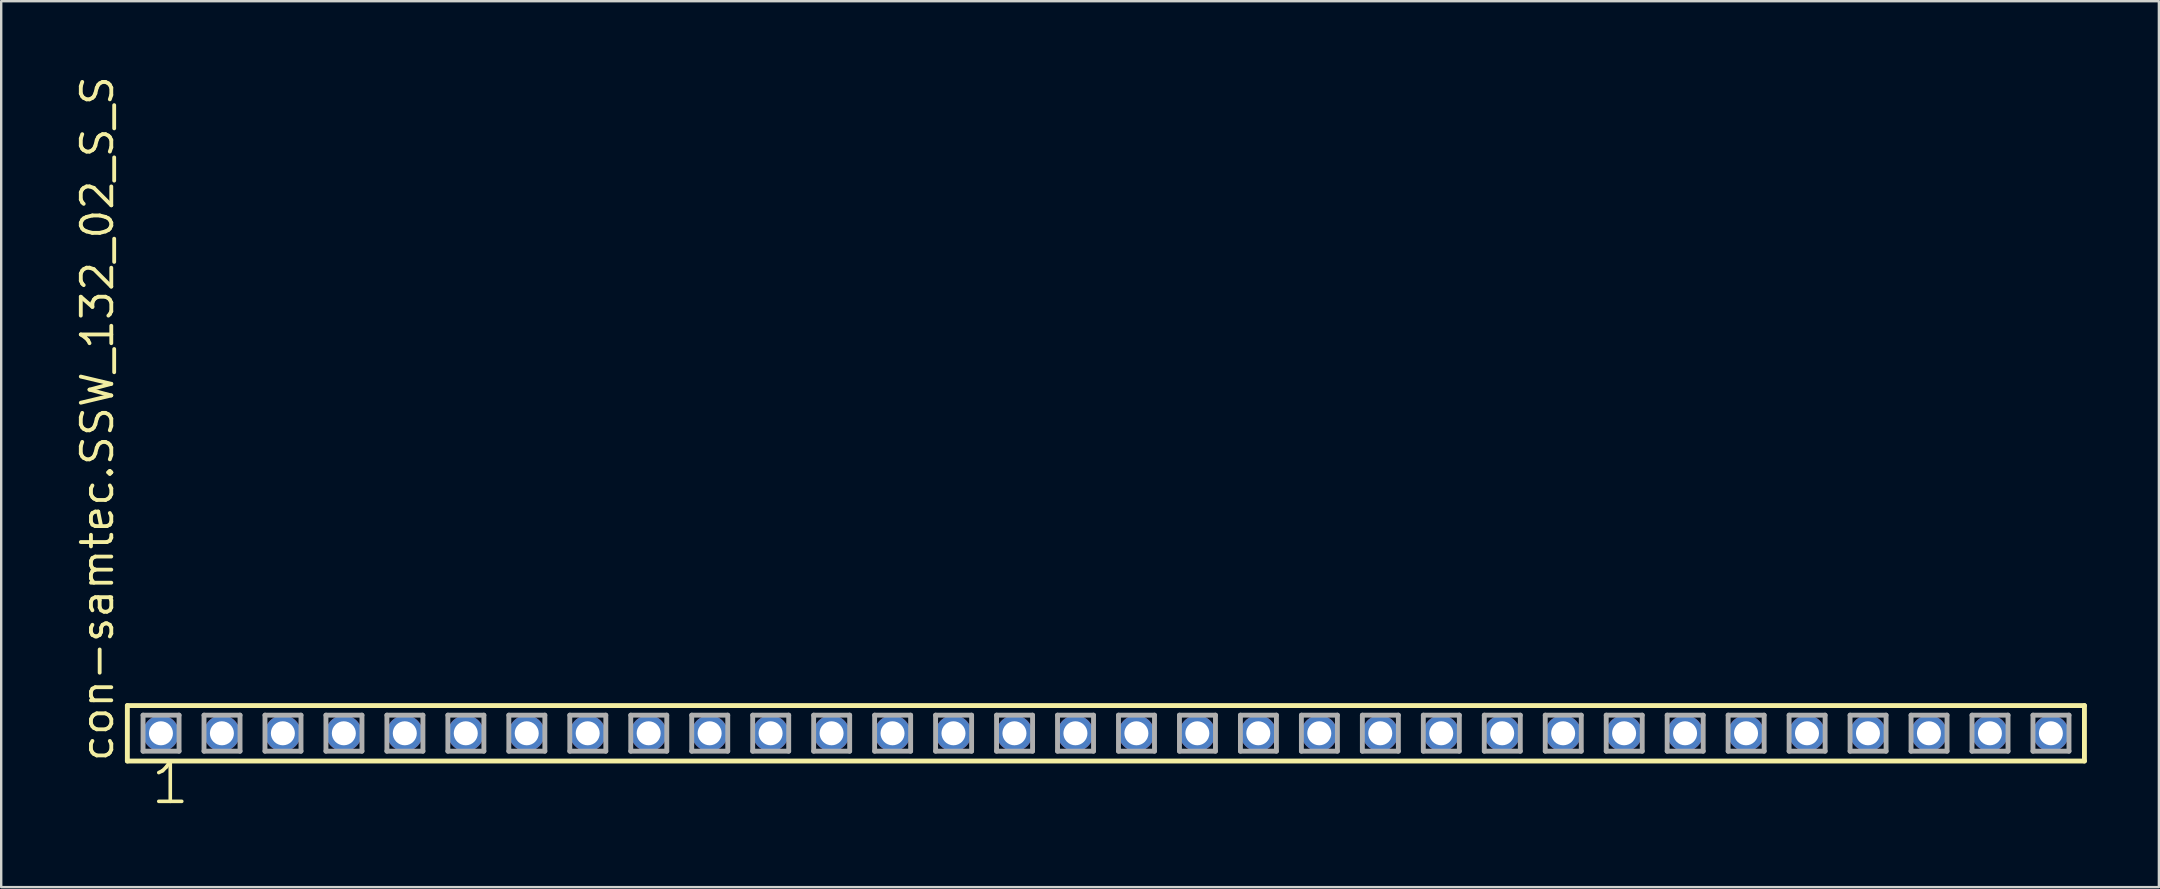
<source format=kicad_pcb>
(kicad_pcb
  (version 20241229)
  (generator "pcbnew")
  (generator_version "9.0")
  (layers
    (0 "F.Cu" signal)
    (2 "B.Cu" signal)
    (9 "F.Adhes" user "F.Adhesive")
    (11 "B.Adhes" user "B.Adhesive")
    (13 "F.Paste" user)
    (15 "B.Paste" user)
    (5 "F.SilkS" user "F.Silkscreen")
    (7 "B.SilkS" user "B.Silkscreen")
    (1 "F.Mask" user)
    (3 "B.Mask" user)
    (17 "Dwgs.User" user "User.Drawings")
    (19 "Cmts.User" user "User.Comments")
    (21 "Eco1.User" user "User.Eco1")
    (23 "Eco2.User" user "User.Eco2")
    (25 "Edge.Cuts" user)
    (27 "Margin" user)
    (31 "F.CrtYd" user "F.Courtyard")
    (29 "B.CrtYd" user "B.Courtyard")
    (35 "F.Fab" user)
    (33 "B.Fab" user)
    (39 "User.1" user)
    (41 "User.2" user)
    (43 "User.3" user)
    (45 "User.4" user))
  (footprint "con-samtec.SSW_132_02_S_S"
    (layer "F.Cu")
    (at 43.025 27.501)
    (property "Reference" "con-samtec.SSW_132_02_S_S" (at -41.275 1.27 90) (layer "F.SilkS") (effects (font (size 1.27 1.27) (thickness 0.16)) (justify left bottom)))
    (attr through_hole)
    (fp_line (start -40.769 -1.155) (end 40.769 -1.155) (stroke (width 0.203) (type default)) (layer "F.SilkS"))
    (fp_line (start -40.769 1.155) (end -40.769 -1.155) (stroke (width 0.203) (type default)) (layer "F.SilkS"))
    (fp_line (start 40.769 -1.155) (end 40.769 1.155) (stroke (width 0.203) (type default)) (layer "F.SilkS"))
    (fp_line (start 40.769 1.155) (end -40.769 1.155) (stroke (width 0.203) (type default)) (layer "F.SilkS"))
    (fp_line (start -40.115 -0.755) (end -38.615 -0.755) (stroke (width 0.203) (type default)) (layer "F.Fab"))
    (fp_line (start -40.115 0.745) (end -40.115 -0.755) (stroke (width 0.203) (type default)) (layer "F.Fab"))
    (fp_line (start -38.615 -0.755) (end -38.615 0.745) (stroke (width 0.203) (type default)) (layer "F.Fab"))
    (fp_line (start -38.615 0.745) (end -40.115 0.745) (stroke (width 0.203) (type default)) (layer "F.Fab"))
    (fp_line (start -37.575 -0.755) (end -36.075 -0.755) (stroke (width 0.203) (type default)) (layer "F.Fab"))
    (fp_line (start -37.575 0.745) (end -37.575 -0.755) (stroke (width 0.203) (type default)) (layer "F.Fab"))
    (fp_line (start -36.075 -0.755) (end -36.075 0.745) (stroke (width 0.203) (type default)) (layer "F.Fab"))
    (fp_line (start -36.075 0.745) (end -37.575 0.745) (stroke (width 0.203) (type default)) (layer "F.Fab"))
    (fp_line (start -35.035 -0.755) (end -33.535 -0.755) (stroke (width 0.203) (type default)) (layer "F.Fab"))
    (fp_line (start -35.035 0.745) (end -35.035 -0.755) (stroke (width 0.203) (type default)) (layer "F.Fab"))
    (fp_line (start -33.535 -0.755) (end -33.535 0.745) (stroke (width 0.203) (type default)) (layer "F.Fab"))
    (fp_line (start -33.535 0.745) (end -35.035 0.745) (stroke (width 0.203) (type default)) (layer "F.Fab"))
    (fp_line (start -32.495 -0.755) (end -30.995 -0.755) (stroke (width 0.203) (type default)) (layer "F.Fab"))
    (fp_line (start -32.495 0.745) (end -32.495 -0.755) (stroke (width 0.203) (type default)) (layer "F.Fab"))
    (fp_line (start -30.995 -0.755) (end -30.995 0.745) (stroke (width 0.203) (type default)) (layer "F.Fab"))
    (fp_line (start -30.995 0.745) (end -32.495 0.745) (stroke (width 0.203) (type default)) (layer "F.Fab"))
    (fp_line (start -29.955 -0.755) (end -28.455 -0.755) (stroke (width 0.203) (type default)) (layer "F.Fab"))
    (fp_line (start -29.955 0.745) (end -29.955 -0.755) (stroke (width 0.203) (type default)) (layer "F.Fab"))
    (fp_line (start -28.455 -0.755) (end -28.455 0.745) (stroke (width 0.203) (type default)) (layer "F.Fab"))
    (fp_line (start -28.455 0.745) (end -29.955 0.745) (stroke (width 0.203) (type default)) (layer "F.Fab"))
    (fp_line (start -27.415 -0.755) (end -25.915 -0.755) (stroke (width 0.203) (type default)) (layer "F.Fab"))
    (fp_line (start -27.415 0.745) (end -27.415 -0.755) (stroke (width 0.203) (type default)) (layer "F.Fab"))
    (fp_line (start -25.915 -0.755) (end -25.915 0.745) (stroke (width 0.203) (type default)) (layer "F.Fab"))
    (fp_line (start -25.915 0.745) (end -27.415 0.745) (stroke (width 0.203) (type default)) (layer "F.Fab"))
    (fp_line (start -24.875 -0.755) (end -23.375 -0.755) (stroke (width 0.203) (type default)) (layer "F.Fab"))
    (fp_line (start -24.875 0.745) (end -24.875 -0.755) (stroke (width 0.203) (type default)) (layer "F.Fab"))
    (fp_line (start -23.375 -0.755) (end -23.375 0.745) (stroke (width 0.203) (type default)) (layer "F.Fab"))
    (fp_line (start -23.375 0.745) (end -24.875 0.745) (stroke (width 0.203) (type default)) (layer "F.Fab"))
    (fp_line (start -22.335 -0.755) (end -20.835 -0.755) (stroke (width 0.203) (type default)) (layer "F.Fab"))
    (fp_line (start -22.335 0.745) (end -22.335 -0.755) (stroke (width 0.203) (type default)) (layer "F.Fab"))
    (fp_line (start -20.835 -0.755) (end -20.835 0.745) (stroke (width 0.203) (type default)) (layer "F.Fab"))
    (fp_line (start -20.835 0.745) (end -22.335 0.745) (stroke (width 0.203) (type default)) (layer "F.Fab"))
    (fp_line (start -19.795 -0.755) (end -18.295 -0.755) (stroke (width 0.203) (type default)) (layer "F.Fab"))
    (fp_line (start -19.795 0.745) (end -19.795 -0.755) (stroke (width 0.203) (type default)) (layer "F.Fab"))
    (fp_line (start -18.295 -0.755) (end -18.295 0.745) (stroke (width 0.203) (type default)) (layer "F.Fab"))
    (fp_line (start -18.295 0.745) (end -19.795 0.745) (stroke (width 0.203) (type default)) (layer "F.Fab"))
    (fp_line (start -17.255 -0.755) (end -15.755 -0.755) (stroke (width 0.203) (type default)) (layer "F.Fab"))
    (fp_line (start -17.255 0.745) (end -17.255 -0.755) (stroke (width 0.203) (type default)) (layer "F.Fab"))
    (fp_line (start -15.755 -0.755) (end -15.755 0.745) (stroke (width 0.203) (type default)) (layer "F.Fab"))
    (fp_line (start -15.755 0.745) (end -17.255 0.745) (stroke (width 0.203) (type default)) (layer "F.Fab"))
    (fp_line (start -14.715 -0.755) (end -13.215 -0.755) (stroke (width 0.203) (type default)) (layer "F.Fab"))
    (fp_line (start -14.715 0.745) (end -14.715 -0.755) (stroke (width 0.203) (type default)) (layer "F.Fab"))
    (fp_line (start -13.215 -0.755) (end -13.215 0.745) (stroke (width 0.203) (type default)) (layer "F.Fab"))
    (fp_line (start -13.215 0.745) (end -14.715 0.745) (stroke (width 0.203) (type default)) (layer "F.Fab"))
    (fp_line (start -12.175 -0.755) (end -10.675 -0.755) (stroke (width 0.203) (type default)) (layer "F.Fab"))
    (fp_line (start -12.175 0.745) (end -12.175 -0.755) (stroke (width 0.203) (type default)) (layer "F.Fab"))
    (fp_line (start -10.675 -0.755) (end -10.675 0.745) (stroke (width 0.203) (type default)) (layer "F.Fab"))
    (fp_line (start -10.675 0.745) (end -12.175 0.745) (stroke (width 0.203) (type default)) (layer "F.Fab"))
    (fp_line (start -9.635 -0.755) (end -8.135 -0.755) (stroke (width 0.203) (type default)) (layer "F.Fab"))
    (fp_line (start -9.635 0.745) (end -9.635 -0.755) (stroke (width 0.203) (type default)) (layer "F.Fab"))
    (fp_line (start -8.135 -0.755) (end -8.135 0.745) (stroke (width 0.203) (type default)) (layer "F.Fab"))
    (fp_line (start -8.135 0.745) (end -9.635 0.745) (stroke (width 0.203) (type default)) (layer "F.Fab"))
    (fp_line (start -7.095 -0.755) (end -5.595 -0.755) (stroke (width 0.203) (type default)) (layer "F.Fab"))
    (fp_line (start -7.095 0.745) (end -7.095 -0.755) (stroke (width 0.203) (type default)) (layer "F.Fab"))
    (fp_line (start -5.595 -0.755) (end -5.595 0.745) (stroke (width 0.203) (type default)) (layer "F.Fab"))
    (fp_line (start -5.595 0.745) (end -7.095 0.745) (stroke (width 0.203) (type default)) (layer "F.Fab"))
    (fp_line (start -4.555 -0.755) (end -3.055 -0.755) (stroke (width 0.203) (type default)) (layer "F.Fab"))
    (fp_line (start -4.555 0.745) (end -4.555 -0.755) (stroke (width 0.203) (type default)) (layer "F.Fab"))
    (fp_line (start -3.055 -0.755) (end -3.055 0.745) (stroke (width 0.203) (type default)) (layer "F.Fab"))
    (fp_line (start -3.055 0.745) (end -4.555 0.745) (stroke (width 0.203) (type default)) (layer "F.Fab"))
    (fp_line (start -2.015 -0.755) (end -0.515 -0.755) (stroke (width 0.203) (type default)) (layer "F.Fab"))
    (fp_line (start -2.015 0.745) (end -2.015 -0.755) (stroke (width 0.203) (type default)) (layer "F.Fab"))
    (fp_line (start -0.515 -0.755) (end -0.515 0.745) (stroke (width 0.203) (type default)) (layer "F.Fab"))
    (fp_line (start -0.515 0.745) (end -2.015 0.745) (stroke (width 0.203) (type default)) (layer "F.Fab"))
    (fp_line (start 0.525 -0.755) (end 2.025 -0.755) (stroke (width 0.203) (type default)) (layer "F.Fab"))
    (fp_line (start 0.525 0.745) (end 0.525 -0.755) (stroke (width 0.203) (type default)) (layer "F.Fab"))
    (fp_line (start 2.025 -0.755) (end 2.025 0.745) (stroke (width 0.203) (type default)) (layer "F.Fab"))
    (fp_line (start 2.025 0.745) (end 0.525 0.745) (stroke (width 0.203) (type default)) (layer "F.Fab"))
    (fp_line (start 3.065 -0.755) (end 4.565 -0.755) (stroke (width 0.203) (type default)) (layer "F.Fab"))
    (fp_line (start 3.065 0.745) (end 3.065 -0.755) (stroke (width 0.203) (type default)) (layer "F.Fab"))
    (fp_line (start 4.565 -0.755) (end 4.565 0.745) (stroke (width 0.203) (type default)) (layer "F.Fab"))
    (fp_line (start 4.565 0.745) (end 3.065 0.745) (stroke (width 0.203) (type default)) (layer "F.Fab"))
    (fp_line (start 5.605 -0.755) (end 7.105 -0.755) (stroke (width 0.203) (type default)) (layer "F.Fab"))
    (fp_line (start 5.605 0.745) (end 5.605 -0.755) (stroke (width 0.203) (type default)) (layer "F.Fab"))
    (fp_line (start 7.105 -0.755) (end 7.105 0.745) (stroke (width 0.203) (type default)) (layer "F.Fab"))
    (fp_line (start 7.105 0.745) (end 5.605 0.745) (stroke (width 0.203) (type default)) (layer "F.Fab"))
    (fp_line (start 8.145 -0.755) (end 9.645 -0.755) (stroke (width 0.203) (type default)) (layer "F.Fab"))
    (fp_line (start 8.145 0.745) (end 8.145 -0.755) (stroke (width 0.203) (type default)) (layer "F.Fab"))
    (fp_line (start 9.645 -0.755) (end 9.645 0.745) (stroke (width 0.203) (type default)) (layer "F.Fab"))
    (fp_line (start 9.645 0.745) (end 8.145 0.745) (stroke (width 0.203) (type default)) (layer "F.Fab"))
    (fp_line (start 10.685 -0.755) (end 12.185 -0.755) (stroke (width 0.203) (type default)) (layer "F.Fab"))
    (fp_line (start 10.685 0.745) (end 10.685 -0.755) (stroke (width 0.203) (type default)) (layer "F.Fab"))
    (fp_line (start 12.185 -0.755) (end 12.185 0.745) (stroke (width 0.203) (type default)) (layer "F.Fab"))
    (fp_line (start 12.185 0.745) (end 10.685 0.745) (stroke (width 0.203) (type default)) (layer "F.Fab"))
    (fp_line (start 13.225 -0.755) (end 14.725 -0.755) (stroke (width 0.203) (type default)) (layer "F.Fab"))
    (fp_line (start 13.225 0.745) (end 13.225 -0.755) (stroke (width 0.203) (type default)) (layer "F.Fab"))
    (fp_line (start 14.725 -0.755) (end 14.725 0.745) (stroke (width 0.203) (type default)) (layer "F.Fab"))
    (fp_line (start 14.725 0.745) (end 13.225 0.745) (stroke (width 0.203) (type default)) (layer "F.Fab"))
    (fp_line (start 15.765 -0.755) (end 17.265 -0.755) (stroke (width 0.203) (type default)) (layer "F.Fab"))
    (fp_line (start 15.765 0.745) (end 15.765 -0.755) (stroke (width 0.203) (type default)) (layer "F.Fab"))
    (fp_line (start 17.265 -0.755) (end 17.265 0.745) (stroke (width 0.203) (type default)) (layer "F.Fab"))
    (fp_line (start 17.265 0.745) (end 15.765 0.745) (stroke (width 0.203) (type default)) (layer "F.Fab"))
    (fp_line (start 18.305 -0.755) (end 19.805 -0.755) (stroke (width 0.203) (type default)) (layer "F.Fab"))
    (fp_line (start 18.305 0.745) (end 18.305 -0.755) (stroke (width 0.203) (type default)) (layer "F.Fab"))
    (fp_line (start 19.805 -0.755) (end 19.805 0.745) (stroke (width 0.203) (type default)) (layer "F.Fab"))
    (fp_line (start 19.805 0.745) (end 18.305 0.745) (stroke (width 0.203) (type default)) (layer "F.Fab"))
    (fp_line (start 20.845 -0.755) (end 22.345 -0.755) (stroke (width 0.203) (type default)) (layer "F.Fab"))
    (fp_line (start 20.845 0.745) (end 20.845 -0.755) (stroke (width 0.203) (type default)) (layer "F.Fab"))
    (fp_line (start 22.345 -0.755) (end 22.345 0.745) (stroke (width 0.203) (type default)) (layer "F.Fab"))
    (fp_line (start 22.345 0.745) (end 20.845 0.745) (stroke (width 0.203) (type default)) (layer "F.Fab"))
    (fp_line (start 23.385 -0.755) (end 24.885 -0.755) (stroke (width 0.203) (type default)) (layer "F.Fab"))
    (fp_line (start 23.385 0.745) (end 23.385 -0.755) (stroke (width 0.203) (type default)) (layer "F.Fab"))
    (fp_line (start 24.885 -0.755) (end 24.885 0.745) (stroke (width 0.203) (type default)) (layer "F.Fab"))
    (fp_line (start 24.885 0.745) (end 23.385 0.745) (stroke (width 0.203) (type default)) (layer "F.Fab"))
    (fp_line (start 25.925 -0.755) (end 27.425 -0.755) (stroke (width 0.203) (type default)) (layer "F.Fab"))
    (fp_line (start 25.925 0.745) (end 25.925 -0.755) (stroke (width 0.203) (type default)) (layer "F.Fab"))
    (fp_line (start 27.425 -0.755) (end 27.425 0.745) (stroke (width 0.203) (type default)) (layer "F.Fab"))
    (fp_line (start 27.425 0.745) (end 25.925 0.745) (stroke (width 0.203) (type default)) (layer "F.Fab"))
    (fp_line (start 28.465 -0.755) (end 29.965 -0.755) (stroke (width 0.203) (type default)) (layer "F.Fab"))
    (fp_line (start 28.465 0.745) (end 28.465 -0.755) (stroke (width 0.203) (type default)) (layer "F.Fab"))
    (fp_line (start 29.965 -0.755) (end 29.965 0.745) (stroke (width 0.203) (type default)) (layer "F.Fab"))
    (fp_line (start 29.965 0.745) (end 28.465 0.745) (stroke (width 0.203) (type default)) (layer "F.Fab"))
    (fp_line (start 31.005 -0.755) (end 32.505 -0.755) (stroke (width 0.203) (type default)) (layer "F.Fab"))
    (fp_line (start 31.005 0.745) (end 31.005 -0.755) (stroke (width 0.203) (type default)) (layer "F.Fab"))
    (fp_line (start 32.505 -0.755) (end 32.505 0.745) (stroke (width 0.203) (type default)) (layer "F.Fab"))
    (fp_line (start 32.505 0.745) (end 31.005 0.745) (stroke (width 0.203) (type default)) (layer "F.Fab"))
    (fp_line (start 33.545 -0.755) (end 35.045 -0.755) (stroke (width 0.203) (type default)) (layer "F.Fab"))
    (fp_line (start 33.545 0.745) (end 33.545 -0.755) (stroke (width 0.203) (type default)) (layer "F.Fab"))
    (fp_line (start 35.045 -0.755) (end 35.045 0.745) (stroke (width 0.203) (type default)) (layer "F.Fab"))
    (fp_line (start 35.045 0.745) (end 33.545 0.745) (stroke (width 0.203) (type default)) (layer "F.Fab"))
    (fp_line (start 36.085 -0.755) (end 37.585 -0.755) (stroke (width 0.203) (type default)) (layer "F.Fab"))
    (fp_line (start 36.085 0.745) (end 36.085 -0.755) (stroke (width 0.203) (type default)) (layer "F.Fab"))
    (fp_line (start 37.585 -0.755) (end 37.585 0.745) (stroke (width 0.203) (type default)) (layer "F.Fab"))
    (fp_line (start 37.585 0.745) (end 36.085 0.745) (stroke (width 0.203) (type default)) (layer "F.Fab"))
    (fp_line (start 38.625 -0.755) (end 40.125 -0.755) (stroke (width 0.203) (type default)) (layer "F.Fab"))
    (fp_line (start 38.625 0.745) (end 38.625 -0.755) (stroke (width 0.203) (type default)) (layer "F.Fab"))
    (fp_line (start 40.125 -0.755) (end 40.125 0.745) (stroke (width 0.203) (type default)) (layer "F.Fab"))
    (fp_line (start 40.125 0.745) (end 38.625 0.745) (stroke (width 0.203) (type default)) (layer "F.Fab"))
    (fp_text user "1" (at -39.878 3.048 0) (layer "F.SilkS") (effects (font (size 1.676 1.676) (thickness 0.15)) (justify left bottom)))
    (pad "1" thru_hole circle (at -39.37 0) (size 1.5 1.5) (drill 1) (layers "*.Cu" "*.Mask"))
    (pad "2" thru_hole circle (at -36.83 0) (size 1.5 1.5) (drill 1) (layers "*.Cu" "*.Mask"))
    (pad "3" thru_hole circle (at -34.29 0) (size 1.5 1.5) (drill 1) (layers "*.Cu" "*.Mask"))
    (pad "4" thru_hole circle (at -31.75 0) (size 1.5 1.5) (drill 1) (layers "*.Cu" "*.Mask"))
    (pad "5" thru_hole circle (at -29.21 0) (size 1.5 1.5) (drill 1) (layers "*.Cu" "*.Mask"))
    (pad "6" thru_hole circle (at -26.67 0) (size 1.5 1.5) (drill 1) (layers "*.Cu" "*.Mask"))
    (pad "7" thru_hole circle (at -24.13 0) (size 1.5 1.5) (drill 1) (layers "*.Cu" "*.Mask"))
    (pad "8" thru_hole circle (at -21.59 0) (size 1.5 1.5) (drill 1) (layers "*.Cu" "*.Mask"))
    (pad "9" thru_hole circle (at -19.05 0) (size 1.5 1.5) (drill 1) (layers "*.Cu" "*.Mask"))
    (pad "10" thru_hole circle (at -16.51 0) (size 1.5 1.5) (drill 1) (layers "*.Cu" "*.Mask"))
    (pad "11" thru_hole circle (at -13.97 0) (size 1.5 1.5) (drill 1) (layers "*.Cu" "*.Mask"))
    (pad "12" thru_hole circle (at -11.43 0) (size 1.5 1.5) (drill 1) (layers "*.Cu" "*.Mask"))
    (pad "13" thru_hole circle (at -8.89 0) (size 1.5 1.5) (drill 1) (layers "*.Cu" "*.Mask"))
    (pad "14" thru_hole circle (at -6.35 0) (size 1.5 1.5) (drill 1) (layers "*.Cu" "*.Mask"))
    (pad "15" thru_hole circle (at -3.81 0) (size 1.5 1.5) (drill 1) (layers "*.Cu" "*.Mask"))
    (pad "16" thru_hole circle (at -1.27 0) (size 1.5 1.5) (drill 1) (layers "*.Cu" "*.Mask"))
    (pad "17" thru_hole circle (at 1.27 0) (size 1.5 1.5) (drill 1) (layers "*.Cu" "*.Mask"))
    (pad "18" thru_hole circle (at 3.81 0) (size 1.5 1.5) (drill 1) (layers "*.Cu" "*.Mask"))
    (pad "19" thru_hole circle (at 6.35 0) (size 1.5 1.5) (drill 1) (layers "*.Cu" "*.Mask"))
    (pad "20" thru_hole circle (at 8.89 0) (size 1.5 1.5) (drill 1) (layers "*.Cu" "*.Mask"))
    (pad "21" thru_hole circle (at 11.43 0) (size 1.5 1.5) (drill 1) (layers "*.Cu" "*.Mask"))
    (pad "22" thru_hole circle (at 13.97 0) (size 1.5 1.5) (drill 1) (layers "*.Cu" "*.Mask"))
    (pad "23" thru_hole circle (at 16.51 0) (size 1.5 1.5) (drill 1) (layers "*.Cu" "*.Mask"))
    (pad "24" thru_hole circle (at 19.05 0) (size 1.5 1.5) (drill 1) (layers "*.Cu" "*.Mask"))
    (pad "25" thru_hole circle (at 21.59 0) (size 1.5 1.5) (drill 1) (layers "*.Cu" "*.Mask"))
    (pad "26" thru_hole circle (at 24.13 0) (size 1.5 1.5) (drill 1) (layers "*.Cu" "*.Mask"))
    (pad "27" thru_hole circle (at 26.67 0) (size 1.5 1.5) (drill 1) (layers "*.Cu" "*.Mask"))
    (pad "28" thru_hole circle (at 29.21 0) (size 1.5 1.5) (drill 1) (layers "*.Cu" "*.Mask"))
    (pad "29" thru_hole circle (at 31.75 0) (size 1.5 1.5) (drill 1) (layers "*.Cu" "*.Mask"))
    (pad "30" thru_hole circle (at 34.29 0) (size 1.5 1.5) (drill 1) (layers "*.Cu" "*.Mask"))
    (pad "31" thru_hole circle (at 36.83 0) (size 1.5 1.5) (drill 1) (layers "*.Cu" "*.Mask"))
    (pad "32" thru_hole circle (at 39.37 0) (size 1.5 1.5) (drill 1) (layers "*.Cu" "*.Mask")))
  (gr_rect
    (start -3 -3)
    (end 86.896 33.91)
    (stroke (width 0.1) (type default))
    (fill no)
    (layer "Edge.Cuts")))
</source>
